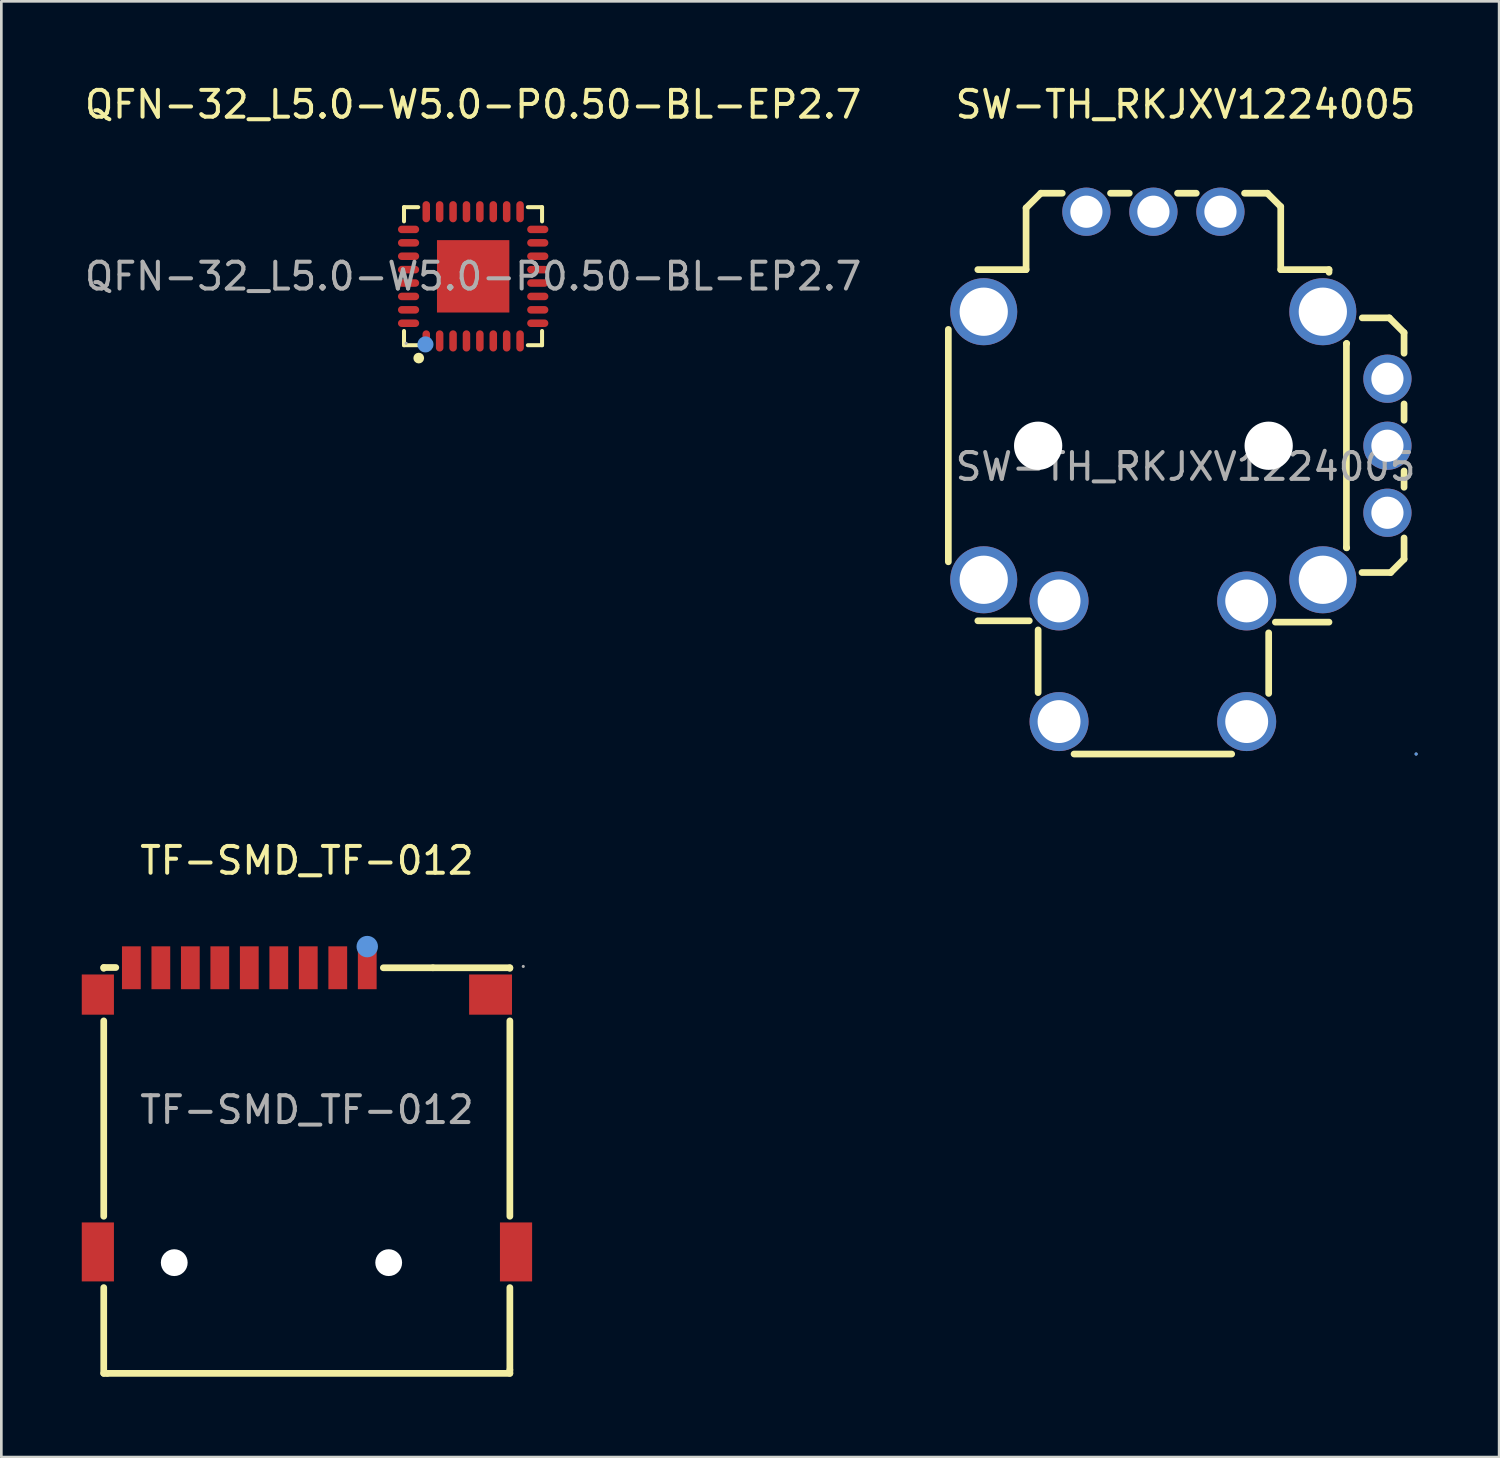
<source format=kicad_pcb>
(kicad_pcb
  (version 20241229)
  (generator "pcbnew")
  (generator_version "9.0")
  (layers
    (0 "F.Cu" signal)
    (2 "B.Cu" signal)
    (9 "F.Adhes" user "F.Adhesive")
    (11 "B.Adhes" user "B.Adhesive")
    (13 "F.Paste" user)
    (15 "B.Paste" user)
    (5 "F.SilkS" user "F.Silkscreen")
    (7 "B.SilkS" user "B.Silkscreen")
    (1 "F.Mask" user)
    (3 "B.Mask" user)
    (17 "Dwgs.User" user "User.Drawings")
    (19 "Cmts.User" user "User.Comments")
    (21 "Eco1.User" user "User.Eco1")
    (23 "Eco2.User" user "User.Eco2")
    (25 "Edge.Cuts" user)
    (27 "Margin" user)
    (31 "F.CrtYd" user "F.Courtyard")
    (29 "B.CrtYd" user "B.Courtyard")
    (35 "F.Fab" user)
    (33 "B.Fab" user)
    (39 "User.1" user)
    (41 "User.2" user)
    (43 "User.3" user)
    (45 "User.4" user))
  (footprint "SW-TH_RKJXV1224005"
    (layer "F.Cu")
    (at 41.177 14.358)
    (property "Reference" "SW-TH_RKJXV1224005" (at 0 -13.51 0) (layer "F.SilkS") (effects (font (size 1 1) (thickness 0.15))))
    (attr through_hole)
    (fp_line (start -8.85 -5.12) (end -8.85 3.55) (stroke (width 0.25) (type solid)) (layer "F.SilkS"))
    (fp_line (start -7.75 -7.35) (end -5.95 -7.35) (stroke (width 0.25) (type solid)) (layer "F.SilkS"))
    (fp_line (start -7.75 5.75) (end -5.83 5.75) (stroke (width 0.25) (type solid)) (layer "F.SilkS"))
    (fp_line (start -5.95 -9.65) (end -5.4 -10.2) (stroke (width 0.25) (type solid)) (layer "F.SilkS"))
    (fp_line (start -5.95 -7.35) (end -5.95 -9.65) (stroke (width 0.25) (type solid)) (layer "F.SilkS"))
    (fp_line (start -5.5 6.09) (end -5.5 8.43) (stroke (width 0.25) (type solid)) (layer "F.SilkS"))
    (fp_line (start -5.4 -10.2) (end -4.6 -10.2) (stroke (width 0.25) (type solid)) (layer "F.SilkS"))
    (fp_line (start -4.16 10.72) (end 1.72 10.72) (stroke (width 0.25) (type solid)) (layer "F.SilkS"))
    (fp_line (start -2.8 -10.2) (end -2.1 -10.2) (stroke (width 0.25) (type solid)) (layer "F.SilkS"))
    (fp_line (start -0.3 -10.2) (end 0.4 -10.2) (stroke (width 0.25) (type solid)) (layer "F.SilkS"))
    (fp_line (start 2.2 -10.2) (end 3.05 -10.2) (stroke (width 0.25) (type solid)) (layer "F.SilkS"))
    (fp_line (start 3.05 -10.2) (end 3.55 -9.7) (stroke (width 0.25) (type solid)) (layer "F.SilkS"))
    (fp_line (start 3.1 6.2) (end 3.1 8.46) (stroke (width 0.25) (type solid)) (layer "F.SilkS"))
    (fp_line (start 3.55 -9.7) (end 3.55 -7.35) (stroke (width 0.25) (type solid)) (layer "F.SilkS"))
    (fp_line (start 3.55 -7.35) (end 5.35 -7.35) (stroke (width 0.25) (type solid)) (layer "F.SilkS"))
    (fp_line (start 5.35 -7.35) (end 5.35 -7.25) (stroke (width 0.25) (type solid)) (layer "F.SilkS"))
    (fp_line (start 5.35 5.8) (end 3.35 5.8) (stroke (width 0.25) (type solid)) (layer "F.SilkS"))
    (fp_line (start 6 -4.59) (end 6 3.02) (stroke (width 0.25) (type solid)) (layer "F.SilkS"))
    (fp_line (start 6.01 -4.6) (end 6 -4.59) (stroke (width 0.25) (type solid)) (layer "F.SilkS"))
    (fp_line (start 6.01 3.03) (end 6 3.02) (stroke (width 0.25) (type solid)) (layer "F.SilkS"))
    (fp_line (start 6.59 -5.55) (end 7.6 -5.55) (stroke (width 0.25) (type solid)) (layer "F.SilkS"))
    (fp_line (start 7.6 -5.55) (end 8.15 -5) (stroke (width 0.25) (type solid)) (layer "F.SilkS"))
    (fp_line (start 7.65 3.95) (end 6.58 3.95) (stroke (width 0.25) (type solid)) (layer "F.SilkS"))
    (fp_line (start 8.15 -5) (end 8.15 -4.23) (stroke (width 0.25) (type solid)) (layer "F.SilkS"))
    (fp_line (start 8.15 -2.34) (end 8.15 -1.73) (stroke (width 0.25) (type solid)) (layer "F.SilkS"))
    (fp_line (start 8.15 0.16) (end 8.15 0.77) (stroke (width 0.25) (type solid)) (layer "F.SilkS"))
    (fp_line (start 8.15 2.66) (end 8.15 3.45) (stroke (width 0.25) (type solid)) (layer "F.SilkS"))
    (fp_line (start 8.15 3.45) (end 7.65 3.95) (stroke (width 0.25) (type solid)) (layer "F.SilkS"))
    (fp_circle (center 8.6 10.72) (end 8.63 10.72) (stroke (width 0.06) (type solid)) (fill no) (layer "Cmts.User"))
    (fp_circle (center 8.6 10.72) (end 8.63 10.72) (stroke (width 0.06) (type solid)) (fill no) (layer "F.Fab"))
    (fp_text user "${REFERENCE}" (at 0 0 0) (layer "F.Fab") (effects (font (size 1 1) (thickness 0.15))))
    (pad "" np_thru_hole circle (at -5.5 -0.78) (size 1.8 1.8) (drill 1.8) (layers "*.Cu" "*.Mask"))
    (pad "" np_thru_hole circle (at 3.1 -0.78) (size 1.8 1.8) (drill 1.8) (layers "*.Cu" "*.Mask"))
    (pad "GND" thru_hole circle (at -4.72 5.01) (size 2.2 2.2) (drill 1.6) (layers "*.Cu" "*.Mask"))
    (pad "GND" thru_hole circle (at 1.3 -9.51) (size 1.8 1.8) (drill 1.2) (layers "*.Cu" "*.Mask"))
    (pad "GND" thru_hole circle (at 2.28 5.01) (size 2.2 2.2) (drill 1.6) (layers "*.Cu" "*.Mask"))
    (pad "GND" thru_hole circle (at 7.53 1.72) (size 1.8 1.8) (drill 1.2) (layers "*.Cu" "*.Mask"))
    (pad "SH" thru_hole circle (at -7.53 -5.78) (size 2.5 2.5) (drill 1.8) (layers "*.Cu" "*.Mask"))
    (pad "SH" thru_hole circle (at -7.53 4.22) (size 2.5 2.5) (drill 1.8) (layers "*.Cu" "*.Mask"))
    (pad "SH" thru_hole circle (at 5.12 -5.78) (size 2.5 2.5) (drill 1.8) (layers "*.Cu" "*.Mask"))
    (pad "SH" thru_hole circle (at 5.12 4.22) (size 2.5 2.5) (drill 1.8) (layers "*.Cu" "*.Mask"))
    (pad "SW" thru_hole circle (at -4.72 9.51) (size 2.2 2.2) (drill 1.6) (layers "*.Cu" "*.Mask"))
    (pad "SW" thru_hole circle (at 2.28 9.51) (size 2.2 2.2) (drill 1.6) (layers "*.Cu" "*.Mask"))
    (pad "VCC" thru_hole circle (at -3.7 -9.51) (size 1.8 1.8) (drill 1.2) (layers "*.Cu" "*.Mask"))
    (pad "VCC" thru_hole circle (at 7.53 -3.28) (size 1.8 1.8) (drill 1.2) (layers "*.Cu" "*.Mask"))
    (pad "X" thru_hole circle (at -1.2 -9.51) (size 1.8 1.8) (drill 1.2) (layers "*.Cu" "*.Mask"))
    (pad "Y" thru_hole circle (at 7.53 -0.78) (size 1.8 1.8) (drill 1.2) (layers "*.Cu" "*.Mask")))
  (footprint "QFN-32_L5.0-W5.0-P0.50-BL-EP2.7"
    (layer "F.Cu")
    (at 14.601 7.258)
    (property "Reference" "QFN-32_L5.0-W5.0-P0.50-BL-EP2.7" (at 0 -6.41 0) (layer "F.SilkS") (effects (font (size 1 1) (thickness 0.15))))
    (attr smd)
    (fp_line (start -2.58 -2.58) (end -2.58 -2.05) (stroke (width 0.15) (type solid)) (layer "F.SilkS"))
    (fp_line (start -2.58 2.57) (end -2.58 2.04) (stroke (width 0.15) (type solid)) (layer "F.SilkS"))
    (fp_line (start -2.05 -2.58) (end -2.58 -2.58) (stroke (width 0.15) (type solid)) (layer "F.SilkS"))
    (fp_line (start -2.05 2.57) (end -2.58 2.57) (stroke (width 0.15) (type solid)) (layer "F.SilkS"))
    (fp_line (start 2.04 -2.58) (end 2.57 -2.58) (stroke (width 0.15) (type solid)) (layer "F.SilkS"))
    (fp_line (start 2.04 2.57) (end 2.57 2.57) (stroke (width 0.15) (type solid)) (layer "F.SilkS"))
    (fp_line (start 2.57 -2.58) (end 2.57 -2.05) (stroke (width 0.15) (type solid)) (layer "F.SilkS"))
    (fp_line (start 2.57 2.57) (end 2.57 2.04) (stroke (width 0.15) (type solid)) (layer "F.SilkS"))
    (fp_circle (center -2.03 3.05) (end -1.93 3.05) (stroke (width 0.2) (type solid)) (fill no) (layer "F.SilkS"))
    (fp_circle (center -1.78 2.54) (end -1.63 2.54) (stroke (width 0.3) (type solid)) (fill no) (layer "Cmts.User"))
    (fp_circle (center -2.5 2.5) (end -2.47 2.5) (stroke (width 0.06) (type solid)) (fill no) (layer "F.Fab"))
    (fp_text user "${REFERENCE}" (at 0 0 0) (layer "F.Fab") (effects (font (size 1 1) (thickness 0.15))))
    (pad "1" smd oval (at -1.75 2.41 90) (size 0.79 0.28) (layers "F.Cu" "F.Mask" "F.Paste"))
    (pad "2" smd oval (at -1.25 2.41 90) (size 0.79 0.28) (layers "F.Cu" "F.Mask" "F.Paste"))
    (pad "3" smd oval (at -0.75 2.41 90) (size 0.79 0.28) (layers "F.Cu" "F.Mask" "F.Paste"))
    (pad "4" smd oval (at -0.25 2.41 90) (size 0.79 0.28) (layers "F.Cu" "F.Mask" "F.Paste"))
    (pad "5" smd oval (at 0.25 2.41 90) (size 0.79 0.28) (layers "F.Cu" "F.Mask" "F.Paste"))
    (pad "6" smd oval (at 0.75 2.41 90) (size 0.79 0.28) (layers "F.Cu" "F.Mask" "F.Paste"))
    (pad "7" smd oval (at 1.25 2.41 90) (size 0.79 0.28) (layers "F.Cu" "F.Mask" "F.Paste"))
    (pad "8" smd oval (at 1.75 2.41 90) (size 0.79 0.28) (layers "F.Cu" "F.Mask" "F.Paste"))
    (pad "9" smd oval (at 2.41 1.75 90) (size 0.28 0.79) (layers "F.Cu" "F.Mask" "F.Paste"))
    (pad "10" smd oval (at 2.41 1.25 90) (size 0.28 0.79) (layers "F.Cu" "F.Mask" "F.Paste"))
    (pad "11" smd oval (at 2.41 0.75 90) (size 0.28 0.79) (layers "F.Cu" "F.Mask" "F.Paste"))
    (pad "12" smd oval (at 2.41 0.25 90) (size 0.28 0.79) (layers "F.Cu" "F.Mask" "F.Paste"))
    (pad "13" smd oval (at 2.41 -0.25 90) (size 0.28 0.79) (layers "F.Cu" "F.Mask" "F.Paste"))
    (pad "14" smd oval (at 2.41 -0.75 90) (size 0.28 0.79) (layers "F.Cu" "F.Mask" "F.Paste"))
    (pad "15" smd oval (at 2.41 -1.25 90) (size 0.28 0.79) (layers "F.Cu" "F.Mask" "F.Paste"))
    (pad "16" smd oval (at 2.41 -1.75 90) (size 0.28 0.79) (layers "F.Cu" "F.Mask" "F.Paste"))
    (pad "17" smd oval (at 1.75 -2.41 90) (size 0.79 0.28) (layers "F.Cu" "F.Mask" "F.Paste"))
    (pad "18" smd oval (at 1.25 -2.41 90) (size 0.79 0.28) (layers "F.Cu" "F.Mask" "F.Paste"))
    (pad "19" smd oval (at 0.75 -2.41 90) (size 0.79 0.28) (layers "F.Cu" "F.Mask" "F.Paste"))
    (pad "20" smd oval (at 0.25 -2.41 90) (size 0.79 0.28) (layers "F.Cu" "F.Mask" "F.Paste"))
    (pad "21" smd oval (at -0.25 -2.41 90) (size 0.79 0.28) (layers "F.Cu" "F.Mask" "F.Paste"))
    (pad "22" smd oval (at -0.75 -2.41 90) (size 0.79 0.28) (layers "F.Cu" "F.Mask" "F.Paste"))
    (pad "23" smd oval (at -1.25 -2.41 90) (size 0.79 0.28) (layers "F.Cu" "F.Mask" "F.Paste"))
    (pad "24" smd oval (at -1.75 -2.41 90) (size 0.79 0.28) (layers "F.Cu" "F.Mask" "F.Paste"))
    (pad "25" smd oval (at -2.41 -1.75 90) (size 0.28 0.79) (layers "F.Cu" "F.Mask" "F.Paste"))
    (pad "26" smd oval (at -2.41 -1.25 90) (size 0.28 0.79) (layers "F.Cu" "F.Mask" "F.Paste"))
    (pad "27" smd oval (at -2.41 -0.75 90) (size 0.28 0.79) (layers "F.Cu" "F.Mask" "F.Paste"))
    (pad "28" smd oval (at -2.41 -0.25 90) (size 0.28 0.79) (layers "F.Cu" "F.Mask" "F.Paste"))
    (pad "29" smd oval (at -2.41 0.25 90) (size 0.28 0.79) (layers "F.Cu" "F.Mask" "F.Paste"))
    (pad "30" smd oval (at -2.41 0.75 90) (size 0.28 0.79) (layers "F.Cu" "F.Mask" "F.Paste"))
    (pad "31" smd oval (at -2.41 1.25 90) (size 0.28 0.79) (layers "F.Cu" "F.Mask" "F.Paste"))
    (pad "32" smd oval (at -2.41 1.75 90) (size 0.28 0.79) (layers "F.Cu" "F.Mask" "F.Paste"))
    (pad "33" smd rect (at 0 0 90) (size 2.7 2.7) (layers "F.Cu" "F.Mask" "F.Paste")))
  (footprint "TF-SMD_TF-012"
    (layer "F.Cu")
    (at 8.4 38.352)
    (property "Reference" "TF-SMD_TF-012" (at 0 -9.3 0) (layer "F.SilkS") (effects (font (size 1 1) (thickness 0.15))))
    (attr through_hole)
    (fp_line (start -7.58 -5.31) (end -7.13 -5.31) (stroke (width 0.25) (type solid)) (layer "F.SilkS"))
    (fp_line (start -7.58 -5.28) (end -7.58 -5.31) (stroke (width 0.25) (type solid)) (layer "F.SilkS"))
    (fp_line (start -7.58 3.97) (end -7.58 -3.32) (stroke (width 0.25) (type solid)) (layer "F.SilkS"))
    (fp_line (start -7.58 9.83) (end -7.58 6.63) (stroke (width 0.25) (type solid)) (layer "F.SilkS"))
    (fp_line (start -7.45 9.83) (end -7.58 9.83) (stroke (width 0.25) (type solid)) (layer "F.SilkS"))
    (fp_line (start 4.7 -5.3) (end 2.85 -5.3) (stroke (width 0.25) (type solid)) (layer "F.SilkS"))
    (fp_line (start 4.7 -5.3) (end 7.57 -5.3) (stroke (width 0.25) (type solid)) (layer "F.SilkS"))
    (fp_line (start 7.57 -5.3) (end 7.57 -5.28) (stroke (width 0.25) (type solid)) (layer "F.SilkS"))
    (fp_line (start 7.57 -3.32) (end 7.57 3.97) (stroke (width 0.25) (type solid)) (layer "F.SilkS"))
    (fp_line (start 7.57 6.63) (end 7.57 9.7) (stroke (width 0.25) (type solid)) (layer "F.SilkS"))
    (fp_line (start 7.57 9.7) (end 7.57 9.83) (stroke (width 0.25) (type solid)) (layer "F.SilkS"))
    (fp_line (start 7.57 9.83) (end -7.45 9.83) (stroke (width 0.25) (type solid)) (layer "F.SilkS"))
    (fp_circle (center -4.95 5.7) (end -4.75 5.7) (stroke (width 0.4) (type solid)) (fill no) (layer "Cmts.User"))
    (fp_circle (center 2.25 -6.09) (end 2.45 -6.09) (stroke (width 0.4) (type solid)) (fill no) (layer "Cmts.User"))
    (fp_circle (center 3.05 5.7) (end 3.25 5.7) (stroke (width 0.4) (type solid)) (fill no) (layer "Cmts.User"))
    (fp_circle (center 8.07 -5.35) (end 8.1 -5.35) (stroke (width 0.06) (type solid)) (fill no) (layer "F.Fab"))
    (fp_text user "${REFERENCE}" (at 0 0 0) (layer "F.Fab") (effects (font (size 1 1) (thickness 0.15))))
    (pad "" np_thru_hole circle (at -4.95 5.7) (size 1 1) (drill 1) (layers "*.Cu" "*.Mask"))
    (pad "" np_thru_hole circle (at 3.05 5.7) (size 1 1) (drill 1) (layers "*.Cu" "*.Mask"))
    (pad "1" smd rect (at 2.25 -5.3) (size 0.7 1.6) (layers "F.Cu" "F.Mask" "F.Paste"))
    (pad "2" smd rect (at 1.15 -5.3) (size 0.7 1.6) (layers "F.Cu" "F.Mask" "F.Paste"))
    (pad "3" smd rect (at 0.05 -5.3) (size 0.7 1.6) (layers "F.Cu" "F.Mask" "F.Paste"))
    (pad "4" smd rect (at -1.05 -5.3) (size 0.7 1.6) (layers "F.Cu" "F.Mask" "F.Paste"))
    (pad "5" smd rect (at -2.15 -5.3) (size 0.7 1.6) (layers "F.Cu" "F.Mask" "F.Paste"))
    (pad "6" smd rect (at -3.25 -5.3) (size 0.7 1.6) (layers "F.Cu" "F.Mask" "F.Paste"))
    (pad "7" smd rect (at -4.35 -5.3) (size 0.7 1.6) (layers "F.Cu" "F.Mask" "F.Paste"))
    (pad "8" smd rect (at -5.45 -5.3) (size 0.7 1.6) (layers "F.Cu" "F.Mask" "F.Paste"))
    (pad "9" smd rect (at -6.55 -5.3) (size 0.7 1.6) (layers "F.Cu" "F.Mask" "F.Paste"))
    (pad "10" smd rect (at -7.8 -4.3) (size 1.2 1.5) (layers "F.Cu" "F.Mask" "F.Paste"))
    (pad "10" smd rect (at -7.8 5.3) (size 1.2 2.2) (layers "F.Cu" "F.Mask" "F.Paste"))
    (pad "10" smd rect (at 6.85 -4.3) (size 1.6 1.5) (layers "F.Cu" "F.Mask" "F.Paste"))
    (pad "10" smd rect (at 7.8 5.3) (size 1.2 2.2) (layers "F.Cu" "F.Mask" "F.Paste")))
  (gr_rect
    (start -3 -3)
    (end 52.874 51.306)
    (stroke (width 0.1) (type default))
    (fill no)
    (layer "Edge.Cuts")))
</source>
